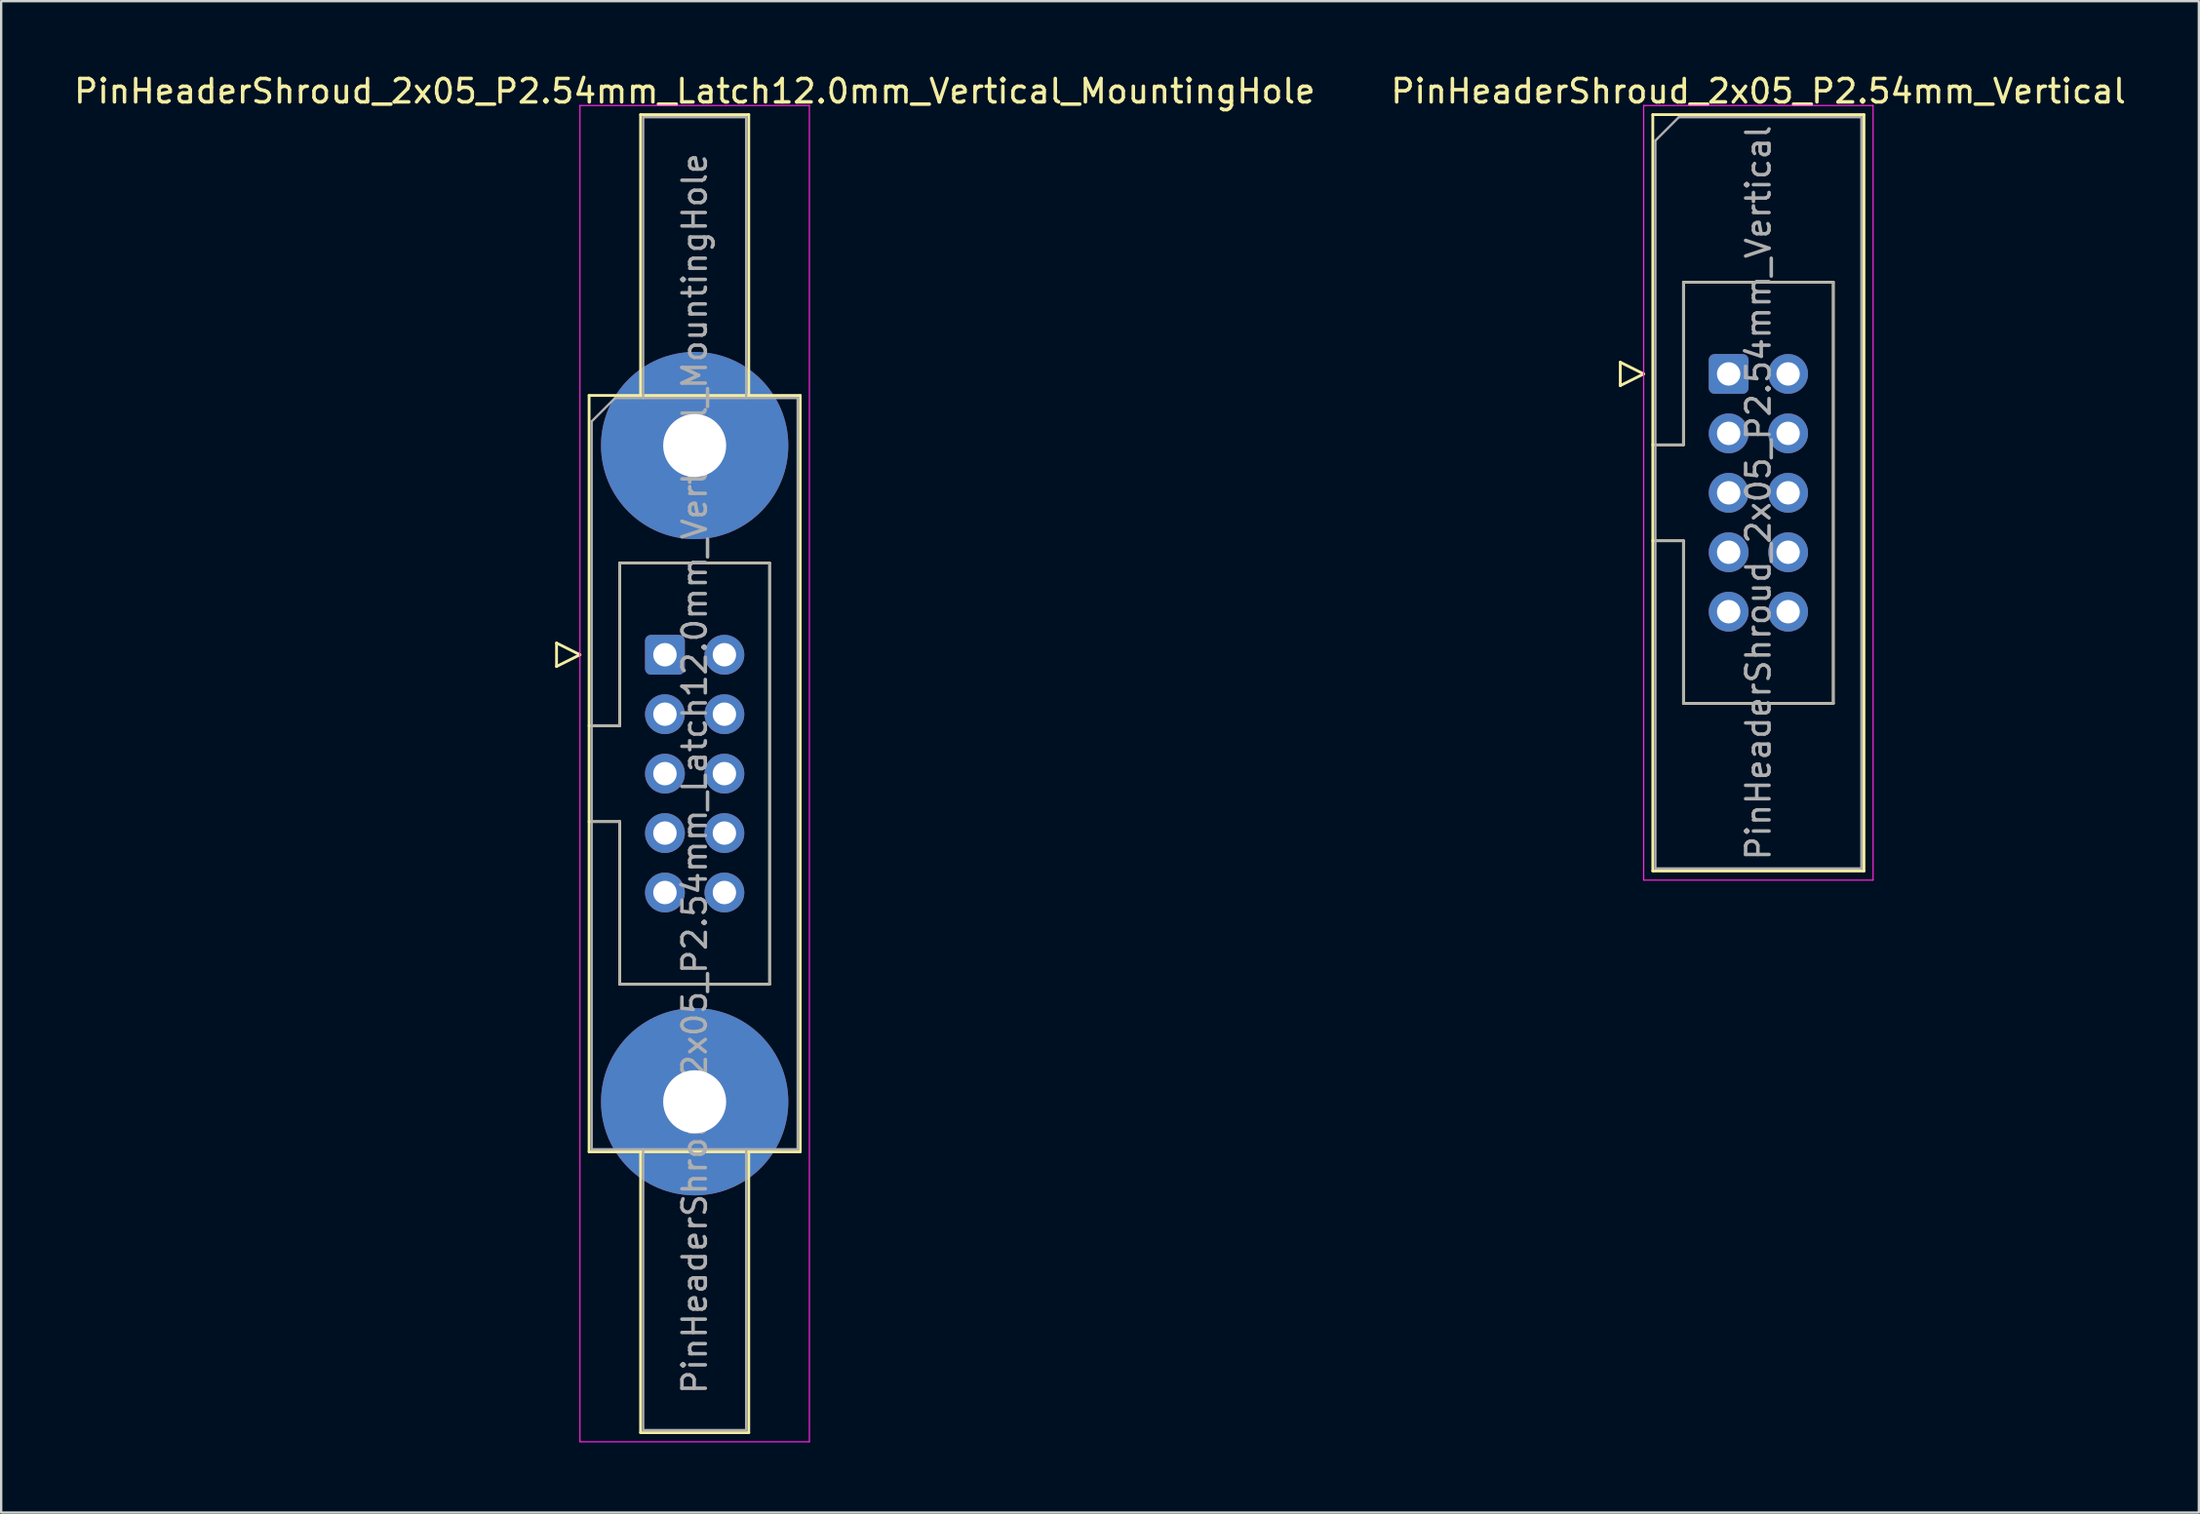
<source format=kicad_pcb>
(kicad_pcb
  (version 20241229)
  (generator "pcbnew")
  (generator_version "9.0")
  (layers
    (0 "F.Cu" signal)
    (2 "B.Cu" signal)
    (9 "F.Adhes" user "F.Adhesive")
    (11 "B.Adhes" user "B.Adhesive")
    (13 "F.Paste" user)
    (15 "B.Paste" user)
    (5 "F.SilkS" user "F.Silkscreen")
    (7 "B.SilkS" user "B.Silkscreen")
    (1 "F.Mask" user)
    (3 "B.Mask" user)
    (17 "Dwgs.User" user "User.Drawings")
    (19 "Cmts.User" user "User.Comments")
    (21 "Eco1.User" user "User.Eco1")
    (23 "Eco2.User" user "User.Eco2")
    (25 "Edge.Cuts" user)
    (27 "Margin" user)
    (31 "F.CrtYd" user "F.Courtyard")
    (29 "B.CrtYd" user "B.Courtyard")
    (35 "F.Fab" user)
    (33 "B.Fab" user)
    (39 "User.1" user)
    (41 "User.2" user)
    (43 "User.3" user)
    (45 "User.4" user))
  (footprint "PinHeaderShroud_2x05_P2.54mm_Vertical"
    (layer "F.Cu")
    (at 70.795 12.928)
    (property "Reference" "PinHeaderShroud_2x05_P2.54mm_Vertical" (at 1.27 -12.08 0) (layer "F.SilkS") (effects (font (size 1 1) (thickness 0.15))))
    (attr through_hole)
    (fp_line (start -4.63 -0.5) (end -4.63 0.5) (stroke (width 0.12) (type solid)) (layer "F.SilkS"))
    (fp_line (start -4.63 0.5) (end -3.63 0) (stroke (width 0.12) (type solid)) (layer "F.SilkS"))
    (fp_line (start -3.63 0) (end -4.63 -0.5) (stroke (width 0.12) (type solid)) (layer "F.SilkS"))
    (fp_line (start -3.24 -11.08) (end 5.78 -11.08) (stroke (width 0.12) (type solid)) (layer "F.SilkS"))
    (fp_line (start -3.24 3.03) (end -1.93 3.03) (stroke (width 0.12) (type solid)) (layer "F.SilkS"))
    (fp_line (start -3.24 7.13) (end -1.93 7.13) (stroke (width 0.12) (type solid)) (layer "F.SilkS"))
    (fp_line (start -3.24 21.24) (end -3.24 -11.08) (stroke (width 0.12) (type solid)) (layer "F.SilkS"))
    (fp_line (start -1.93 -3.92) (end 4.47 -3.92) (stroke (width 0.12) (type solid)) (layer "F.SilkS"))
    (fp_line (start -1.93 3.03) (end -1.93 -3.92) (stroke (width 0.12) (type solid)) (layer "F.SilkS"))
    (fp_line (start -1.93 14.08) (end -1.93 7.13) (stroke (width 0.12) (type solid)) (layer "F.SilkS"))
    (fp_line (start 4.47 -3.92) (end 4.47 14.08) (stroke (width 0.12) (type solid)) (layer "F.SilkS"))
    (fp_line (start 4.47 14.08) (end -1.93 14.08) (stroke (width 0.12) (type solid)) (layer "F.SilkS"))
    (fp_line (start 5.78 -11.08) (end 5.78 21.24) (stroke (width 0.12) (type solid)) (layer "F.SilkS"))
    (fp_line (start 5.78 21.24) (end -3.24 21.24) (stroke (width 0.12) (type solid)) (layer "F.SilkS"))
    (fp_line (start -3.63 -11.47) (end -3.63 21.63) (stroke (width 0.05) (type solid)) (layer "F.CrtYd"))
    (fp_line (start -3.63 21.63) (end 6.17 21.63) (stroke (width 0.05) (type solid)) (layer "F.CrtYd"))
    (fp_line (start 6.17 -11.47) (end -3.63 -11.47) (stroke (width 0.05) (type solid)) (layer "F.CrtYd"))
    (fp_line (start 6.17 21.63) (end 6.17 -11.47) (stroke (width 0.05) (type solid)) (layer "F.CrtYd"))
    (fp_line (start -3.13 -9.97) (end -2.13 -10.97) (stroke (width 0.1) (type solid)) (layer "F.Fab"))
    (fp_line (start -3.13 3.03) (end -1.93 3.03) (stroke (width 0.1) (type solid)) (layer "F.Fab"))
    (fp_line (start -3.13 7.13) (end -1.93 7.13) (stroke (width 0.1) (type solid)) (layer "F.Fab"))
    (fp_line (start -3.13 21.13) (end -3.13 -9.97) (stroke (width 0.1) (type solid)) (layer "F.Fab"))
    (fp_line (start -2.13 -10.97) (end 5.67 -10.97) (stroke (width 0.1) (type solid)) (layer "F.Fab"))
    (fp_line (start -1.93 -3.92) (end 4.47 -3.92) (stroke (width 0.1) (type solid)) (layer "F.Fab"))
    (fp_line (start -1.93 3.03) (end -1.93 -3.92) (stroke (width 0.1) (type solid)) (layer "F.Fab"))
    (fp_line (start -1.93 14.08) (end -1.93 7.13) (stroke (width 0.1) (type solid)) (layer "F.Fab"))
    (fp_line (start 4.47 -3.92) (end 4.47 14.08) (stroke (width 0.1) (type solid)) (layer "F.Fab"))
    (fp_line (start 4.47 14.08) (end -1.93 14.08) (stroke (width 0.1) (type solid)) (layer "F.Fab"))
    (fp_line (start 5.67 -10.97) (end 5.67 21.13) (stroke (width 0.1) (type solid)) (layer "F.Fab"))
    (fp_line (start 5.67 21.13) (end -3.13 21.13) (stroke (width 0.1) (type solid)) (layer "F.Fab"))
    (fp_text user "${REFERENCE}" (at 1.27 5.08 90) (layer "F.Fab") (effects (font (size 1 1) (thickness 0.15))))
    (pad "1" thru_hole roundrect (at 0 0) (size 1.7 1.7) (drill 1) (layers "*.Cu" "*.Mask") (roundrect_rratio 0.147))
    (pad "2" thru_hole circle (at 2.54 0) (size 1.7 1.7) (drill 1) (layers "*.Cu" "*.Mask"))
    (pad "3" thru_hole circle (at 0 2.54) (size 1.7 1.7) (drill 1) (layers "*.Cu" "*.Mask"))
    (pad "4" thru_hole circle (at 2.54 2.54) (size 1.7 1.7) (drill 1) (layers "*.Cu" "*.Mask"))
    (pad "5" thru_hole circle (at 0 5.08) (size 1.7 1.7) (drill 1) (layers "*.Cu" "*.Mask"))
    (pad "6" thru_hole circle (at 2.54 5.08) (size 1.7 1.7) (drill 1) (layers "*.Cu" "*.Mask"))
    (pad "7" thru_hole circle (at 0 7.62) (size 1.7 1.7) (drill 1) (layers "*.Cu" "*.Mask"))
    (pad "8" thru_hole circle (at 2.54 7.62) (size 1.7 1.7) (drill 1) (layers "*.Cu" "*.Mask"))
    (pad "9" thru_hole circle (at 0 10.16) (size 1.7 1.7) (drill 1) (layers "*.Cu" "*.Mask"))
    (pad "10" thru_hole circle (at 2.54 10.16) (size 1.7 1.7) (drill 1) (layers "*.Cu" "*.Mask")))
  (footprint "PinHeaderShroud_2x05_P2.54mm_Latch12.0mm_Vertical_MountingHole"
    (layer "F.Cu")
    (at 25.355 24.928)
    (property "Reference" "PinHeaderShroud_2x05_P2.54mm_Latch12.0mm_Vertical_MountingHole" (at 1.27 -24.08 0) (layer "F.SilkS") (effects (font (size 1 1) (thickness 0.15))))
    (attr through_hole)
    (fp_line (start -4.63 -0.5) (end -4.63 0.5) (stroke (width 0.12) (type solid)) (layer "F.SilkS"))
    (fp_line (start -4.63 0.5) (end -3.63 0) (stroke (width 0.12) (type solid)) (layer "F.SilkS"))
    (fp_line (start -3.63 0) (end -4.63 -0.5) (stroke (width 0.12) (type solid)) (layer "F.SilkS"))
    (fp_line (start -3.24 -11.08) (end 5.78 -11.08) (stroke (width 0.12) (type solid)) (layer "F.SilkS"))
    (fp_line (start -3.24 3.03) (end -1.93 3.03) (stroke (width 0.12) (type solid)) (layer "F.SilkS"))
    (fp_line (start -3.24 7.13) (end -1.93 7.13) (stroke (width 0.12) (type solid)) (layer "F.SilkS"))
    (fp_line (start -3.24 21.24) (end -3.24 -11.08) (stroke (width 0.12) (type solid)) (layer "F.SilkS"))
    (fp_line (start -1.93 -3.92) (end 4.47 -3.92) (stroke (width 0.12) (type solid)) (layer "F.SilkS"))
    (fp_line (start -1.93 3.03) (end -1.93 -3.92) (stroke (width 0.12) (type solid)) (layer "F.SilkS"))
    (fp_line (start -1.93 14.08) (end -1.93 7.13) (stroke (width 0.12) (type solid)) (layer "F.SilkS"))
    (fp_line (start -1.04 -23.08) (end 3.58 -23.08) (stroke (width 0.12) (type solid)) (layer "F.SilkS"))
    (fp_line (start -1.04 -11.08) (end -1.04 -23.08) (stroke (width 0.12) (type solid)) (layer "F.SilkS"))
    (fp_line (start -1.04 21.24) (end -1.04 33.24) (stroke (width 0.12) (type solid)) (layer "F.SilkS"))
    (fp_line (start -1.04 33.24) (end 3.58 33.24) (stroke (width 0.12) (type solid)) (layer "F.SilkS"))
    (fp_line (start 3.58 -23.08) (end 3.58 -11.08) (stroke (width 0.12) (type solid)) (layer "F.SilkS"))
    (fp_line (start 3.58 33.24) (end 3.58 21.24) (stroke (width 0.12) (type solid)) (layer "F.SilkS"))
    (fp_line (start 4.47 -3.92) (end 4.47 14.08) (stroke (width 0.12) (type solid)) (layer "F.SilkS"))
    (fp_line (start 4.47 14.08) (end -1.93 14.08) (stroke (width 0.12) (type solid)) (layer "F.SilkS"))
    (fp_line (start 5.78 -11.08) (end 5.78 21.24) (stroke (width 0.12) (type solid)) (layer "F.SilkS"))
    (fp_line (start 5.78 21.24) (end -3.24 21.24) (stroke (width 0.12) (type solid)) (layer "F.SilkS"))
    (fp_line (start -3.63 -23.47) (end -3.63 33.63) (stroke (width 0.05) (type solid)) (layer "F.CrtYd"))
    (fp_line (start -3.63 33.63) (end 6.17 33.63) (stroke (width 0.05) (type solid)) (layer "F.CrtYd"))
    (fp_line (start 6.17 -23.47) (end -3.63 -23.47) (stroke (width 0.05) (type solid)) (layer "F.CrtYd"))
    (fp_line (start 6.17 33.63) (end 6.17 -23.47) (stroke (width 0.05) (type solid)) (layer "F.CrtYd"))
    (fp_line (start -3.13 -9.97) (end -2.13 -10.97) (stroke (width 0.1) (type solid)) (layer "F.Fab"))
    (fp_line (start -3.13 3.03) (end -1.93 3.03) (stroke (width 0.1) (type solid)) (layer "F.Fab"))
    (fp_line (start -3.13 7.13) (end -1.93 7.13) (stroke (width 0.1) (type solid)) (layer "F.Fab"))
    (fp_line (start -3.13 21.13) (end -3.13 -9.97) (stroke (width 0.1) (type solid)) (layer "F.Fab"))
    (fp_line (start -2.13 -10.97) (end 5.67 -10.97) (stroke (width 0.1) (type solid)) (layer "F.Fab"))
    (fp_line (start -1.93 -3.92) (end 4.47 -3.92) (stroke (width 0.1) (type solid)) (layer "F.Fab"))
    (fp_line (start -1.93 3.03) (end -1.93 -3.92) (stroke (width 0.1) (type solid)) (layer "F.Fab"))
    (fp_line (start -1.93 14.08) (end -1.93 7.13) (stroke (width 0.1) (type solid)) (layer "F.Fab"))
    (fp_line (start -0.93 -22.97) (end 3.47 -22.97) (stroke (width 0.1) (type solid)) (layer "F.Fab"))
    (fp_line (start -0.93 -10.97) (end -0.93 -22.97) (stroke (width 0.1) (type solid)) (layer "F.Fab"))
    (fp_line (start -0.93 21.13) (end -0.93 33.13) (stroke (width 0.1) (type solid)) (layer "F.Fab"))
    (fp_line (start -0.93 33.13) (end 3.47 33.13) (stroke (width 0.1) (type solid)) (layer "F.Fab"))
    (fp_line (start 3.47 -22.97) (end 3.47 -10.97) (stroke (width 0.1) (type solid)) (layer "F.Fab"))
    (fp_line (start 3.47 33.13) (end 3.47 21.13) (stroke (width 0.1) (type solid)) (layer "F.Fab"))
    (fp_line (start 4.47 -3.92) (end 4.47 14.08) (stroke (width 0.1) (type solid)) (layer "F.Fab"))
    (fp_line (start 4.47 14.08) (end -1.93 14.08) (stroke (width 0.1) (type solid)) (layer "F.Fab"))
    (fp_line (start 5.67 -10.97) (end 5.67 21.13) (stroke (width 0.1) (type solid)) (layer "F.Fab"))
    (fp_line (start 5.67 21.13) (end -3.13 21.13) (stroke (width 0.1) (type solid)) (layer "F.Fab"))
    (fp_text user "${REFERENCE}" (at 1.27 5.08 90) (layer "F.Fab") (effects (font (size 1 1) (thickness 0.15))))
    (pad "" thru_hole circle (at 1.27 -8.94) (size 8 8) (drill 2.69) (layers "*.Cu" "*.Mask"))
    (pad "" thru_hole circle (at 1.27 19.1) (size 8 8) (drill 2.69) (layers "*.Cu" "*.Mask"))
    (pad "1" thru_hole roundrect (at 0 0) (size 1.7 1.7) (drill 1) (layers "*.Cu" "*.Mask") (roundrect_rratio 0.147))
    (pad "2" thru_hole circle (at 2.54 0) (size 1.7 1.7) (drill 1) (layers "*.Cu" "*.Mask"))
    (pad "3" thru_hole circle (at 0 2.54) (size 1.7 1.7) (drill 1) (layers "*.Cu" "*.Mask"))
    (pad "4" thru_hole circle (at 2.54 2.54) (size 1.7 1.7) (drill 1) (layers "*.Cu" "*.Mask"))
    (pad "5" thru_hole circle (at 0 5.08) (size 1.7 1.7) (drill 1) (layers "*.Cu" "*.Mask"))
    (pad "6" thru_hole circle (at 2.54 5.08) (size 1.7 1.7) (drill 1) (layers "*.Cu" "*.Mask"))
    (pad "7" thru_hole circle (at 0 7.62) (size 1.7 1.7) (drill 1) (layers "*.Cu" "*.Mask"))
    (pad "8" thru_hole circle (at 2.54 7.62) (size 1.7 1.7) (drill 1) (layers "*.Cu" "*.Mask"))
    (pad "9" thru_hole circle (at 0 10.16) (size 1.7 1.7) (drill 1) (layers "*.Cu" "*.Mask"))
    (pad "10" thru_hole circle (at 2.54 10.16) (size 1.7 1.7) (drill 1) (layers "*.Cu" "*.Mask")))
  (gr_rect
    (start -3 -3)
    (end 90.881 61.583)
    (stroke (width 0.1) (type default))
    (fill no)
    (layer "Edge.Cuts")))
</source>
